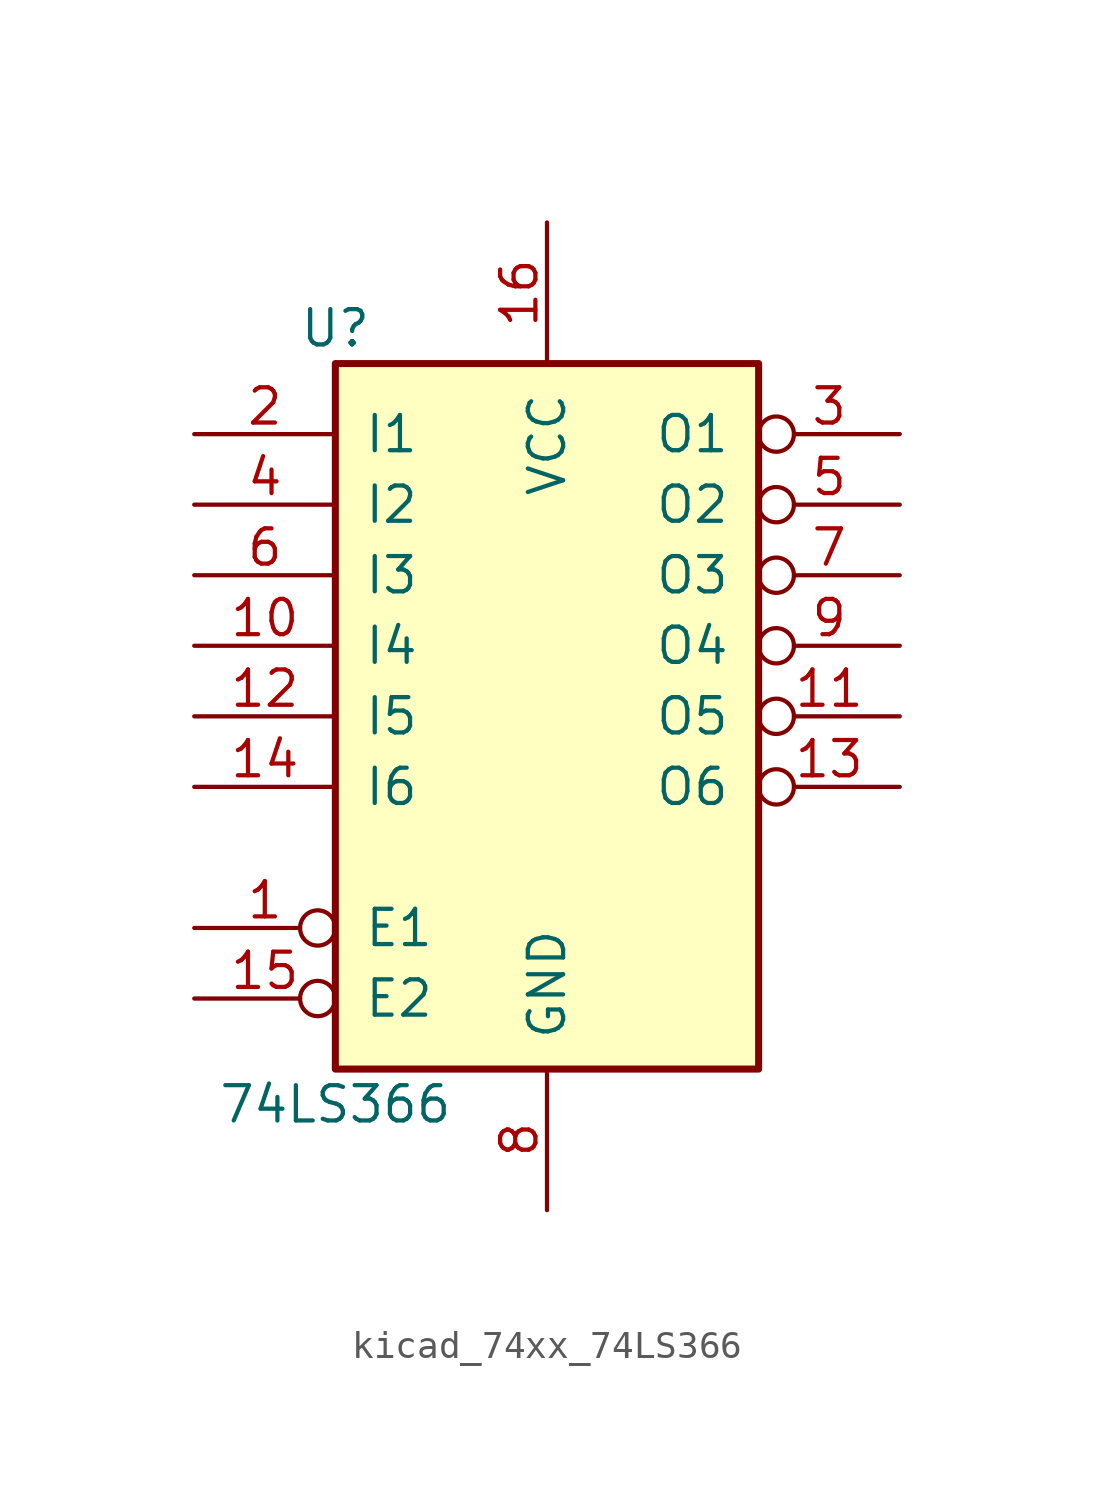
<source format=kicad_sym>
(kicad_symbol_lib
  (version 20220914)
  (generator kicad_symbol_editor)
  (symbol "kicad_74xx_74LS366"
    (pin_names
      (offset 1.016))
    (property "Reference" "U"
      (at -7.62 13.97 0)
      (effects (font (size 1.27 1.27))))
    (property "Value" "74LS366"
      (at -7.62 -13.97 0)
      (effects (font (size 1.27 1.27))))
    (property "ki_locked" ""
      (at 0 0 0)
      (effects (font (size 1.27 1.27))))
    (symbol "kicad_74xx_74LS366_1_0"
      (pin input inverted (at -12.7 -7.62 0) (length 5.08) (name "E1" (effects (font (size 1.27 1.27)))) (number "1" (effects (font (size 1.27 1.27)))))
      (pin input line (at -12.7 2.54 0) (length 5.08) (name "I4" (effects (font (size 1.27 1.27)))) (number "10" (effects (font (size 1.27 1.27)))))
      (pin tri_state inverted (at 12.7 0 180) (length 5.08) (name "O5" (effects (font (size 1.27 1.27)))) (number "11" (effects (font (size 1.27 1.27)))))
      (pin input line (at -12.7 0 0) (length 5.08) (name "I5" (effects (font (size 1.27 1.27)))) (number "12" (effects (font (size 1.27 1.27)))))
      (pin tri_state inverted (at 12.7 -2.54 180) (length 5.08) (name "O6" (effects (font (size 1.27 1.27)))) (number "13" (effects (font (size 1.27 1.27)))))
      (pin input line (at -12.7 -2.54 0) (length 5.08) (name "I6" (effects (font (size 1.27 1.27)))) (number "14" (effects (font (size 1.27 1.27)))))
      (pin input inverted (at -12.7 -10.16 0) (length 5.08) (name "E2" (effects (font (size 1.27 1.27)))) (number "15" (effects (font (size 1.27 1.27)))))
      (pin power_in line (at 0 17.78 270) (length 5.08) (name "VCC" (effects (font (size 1.27 1.27)))) (number "16" (effects (font (size 1.27 1.27)))))
      (pin input line (at -12.7 10.16 0) (length 5.08) (name "I1" (effects (font (size 1.27 1.27)))) (number "2" (effects (font (size 1.27 1.27)))))
      (pin tri_state inverted (at 12.7 10.16 180) (length 5.08) (name "O1" (effects (font (size 1.27 1.27)))) (number "3" (effects (font (size 1.27 1.27)))))
      (pin input line (at -12.7 7.62 0) (length 5.08) (name "I2" (effects (font (size 1.27 1.27)))) (number "4" (effects (font (size 1.27 1.27)))))
      (pin tri_state inverted (at 12.7 7.62 180) (length 5.08) (name "O2" (effects (font (size 1.27 1.27)))) (number "5" (effects (font (size 1.27 1.27)))))
      (pin input line (at -12.7 5.08 0) (length 5.08) (name "I3" (effects (font (size 1.27 1.27)))) (number "6" (effects (font (size 1.27 1.27)))))
      (pin tri_state inverted (at 12.7 5.08 180) (length 5.08) (name "O3" (effects (font (size 1.27 1.27)))) (number "7" (effects (font (size 1.27 1.27)))))
      (pin power_in line (at 0 -17.78 90) (length 5.08) (name "GND" (effects (font (size 1.27 1.27)))) (number "8" (effects (font (size 1.27 1.27)))))
      (pin tri_state inverted (at 12.7 2.54 180) (length 5.08) (name "O4" (effects (font (size 1.27 1.27)))) (number "9" (effects (font (size 1.27 1.27))))))
    (symbol "kicad_74xx_74LS366_1_1"
      (rectangle (start -7.62 12.7) (end 7.62 -12.7) (stroke (width 0.254) (type default)) (fill (type background))))))
</source>
